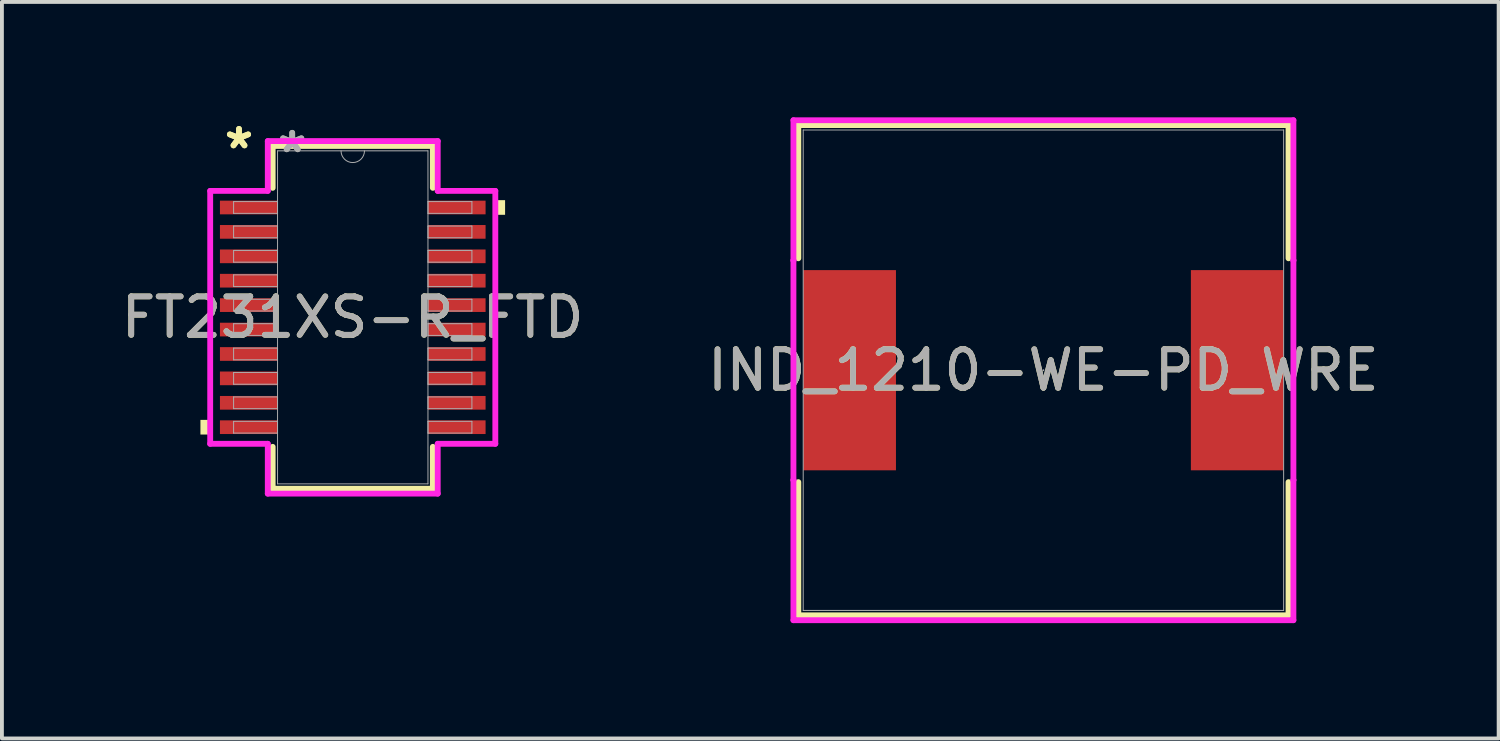
<source format=kicad_pcb>
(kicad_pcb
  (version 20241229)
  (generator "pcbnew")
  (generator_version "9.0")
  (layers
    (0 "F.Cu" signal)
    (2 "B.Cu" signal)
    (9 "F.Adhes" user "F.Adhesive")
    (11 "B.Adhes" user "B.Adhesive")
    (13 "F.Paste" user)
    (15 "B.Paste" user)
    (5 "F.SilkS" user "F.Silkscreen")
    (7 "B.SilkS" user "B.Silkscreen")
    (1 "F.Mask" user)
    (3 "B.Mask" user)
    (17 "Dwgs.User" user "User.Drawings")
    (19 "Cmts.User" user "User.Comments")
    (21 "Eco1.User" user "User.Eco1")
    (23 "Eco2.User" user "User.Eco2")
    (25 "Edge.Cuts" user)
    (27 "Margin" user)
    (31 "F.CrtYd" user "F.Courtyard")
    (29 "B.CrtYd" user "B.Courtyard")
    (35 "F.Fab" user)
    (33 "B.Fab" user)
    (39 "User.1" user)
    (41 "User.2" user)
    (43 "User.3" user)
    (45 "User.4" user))
  (footprint "FT231XS-R_FTD"
    (layer "F.Cu")
    (at 6.125 5.204)
    (property "Reference" "FT231XS-R_FTD" (at 0 0 0) (unlocked yes) (layer "F.SilkS") (effects (font (size 1 1) (thickness 0.15))))
    (attr smd)
    (fp_line (start -2.083 -4.458) (end -2.083 -3.368) (stroke (width 0.152) (type solid)) (layer "F.SilkS"))
    (fp_line (start -2.083 3.368) (end -2.083 4.458) (stroke (width 0.152) (type solid)) (layer "F.SilkS"))
    (fp_line (start -2.083 4.458) (end 2.083 4.458) (stroke (width 0.152) (type solid)) (layer "F.SilkS"))
    (fp_line (start 2.083 -4.458) (end -2.083 -4.458) (stroke (width 0.152) (type solid)) (layer "F.SilkS"))
    (fp_line (start 2.083 -3.368) (end 2.083 -4.458) (stroke (width 0.152) (type solid)) (layer "F.SilkS"))
    (fp_line (start 2.083 4.458) (end 2.083 3.368) (stroke (width 0.152) (type solid)) (layer "F.SilkS"))
    (fp_poly (pts (xy -3.962 2.667) (xy -3.962 3.048) (xy -3.708 3.048) (xy -3.708 2.667)) (stroke (width 0) (type solid)) (fill yes) (layer "F.SilkS"))
    (fp_poly (pts (xy 3.962 -3.048) (xy 3.962 -2.667) (xy 3.708 -2.667) (xy 3.708 -3.048)) (stroke (width 0) (type solid)) (fill yes) (layer "F.SilkS"))
    (fp_line (start -3.708 -3.289) (end -2.21 -3.289) (stroke (width 0.152) (type solid)) (layer "F.CrtYd"))
    (fp_line (start -3.708 3.289) (end -3.708 -3.289) (stroke (width 0.152) (type solid)) (layer "F.CrtYd"))
    (fp_line (start -3.708 3.289) (end -2.21 3.289) (stroke (width 0.152) (type solid)) (layer "F.CrtYd"))
    (fp_line (start -2.21 -4.585) (end 2.21 -4.585) (stroke (width 0.152) (type solid)) (layer "F.CrtYd"))
    (fp_line (start -2.21 -3.289) (end -2.21 -4.585) (stroke (width 0.152) (type solid)) (layer "F.CrtYd"))
    (fp_line (start -2.21 4.585) (end -2.21 3.289) (stroke (width 0.152) (type solid)) (layer "F.CrtYd"))
    (fp_line (start 2.21 -4.585) (end 2.21 -3.289) (stroke (width 0.152) (type solid)) (layer "F.CrtYd"))
    (fp_line (start 2.21 3.289) (end 2.21 4.585) (stroke (width 0.152) (type solid)) (layer "F.CrtYd"))
    (fp_line (start 2.21 4.585) (end -2.21 4.585) (stroke (width 0.152) (type solid)) (layer "F.CrtYd"))
    (fp_line (start 3.708 -3.289) (end 2.21 -3.289) (stroke (width 0.152) (type solid)) (layer "F.CrtYd"))
    (fp_line (start 3.708 -3.289) (end 3.708 3.289) (stroke (width 0.152) (type solid)) (layer "F.CrtYd"))
    (fp_line (start 3.708 3.289) (end 2.21 3.289) (stroke (width 0.152) (type solid)) (layer "F.CrtYd"))
    (fp_line (start -3.099 -3.01) (end -3.099 -2.705) (stroke (width 0.025) (type solid)) (layer "F.Fab"))
    (fp_line (start -3.099 -2.705) (end -1.956 -2.705) (stroke (width 0.025) (type solid)) (layer "F.Fab"))
    (fp_line (start -3.099 -2.375) (end -3.099 -2.07) (stroke (width 0.025) (type solid)) (layer "F.Fab"))
    (fp_line (start -3.099 -2.07) (end -1.956 -2.07) (stroke (width 0.025) (type solid)) (layer "F.Fab"))
    (fp_line (start -3.099 -1.74) (end -3.099 -1.435) (stroke (width 0.025) (type solid)) (layer "F.Fab"))
    (fp_line (start -3.099 -1.435) (end -1.956 -1.435) (stroke (width 0.025) (type solid)) (layer "F.Fab"))
    (fp_line (start -3.099 -1.105) (end -3.099 -0.8) (stroke (width 0.025) (type solid)) (layer "F.Fab"))
    (fp_line (start -3.099 -0.8) (end -1.956 -0.8) (stroke (width 0.025) (type solid)) (layer "F.Fab"))
    (fp_line (start -3.099 -0.47) (end -3.099 -0.165) (stroke (width 0.025) (type solid)) (layer "F.Fab"))
    (fp_line (start -3.099 -0.165) (end -1.956 -0.165) (stroke (width 0.025) (type solid)) (layer "F.Fab"))
    (fp_line (start -3.099 0.165) (end -3.099 0.47) (stroke (width 0.025) (type solid)) (layer "F.Fab"))
    (fp_line (start -3.099 0.47) (end -1.956 0.47) (stroke (width 0.025) (type solid)) (layer "F.Fab"))
    (fp_line (start -3.099 0.8) (end -3.099 1.105) (stroke (width 0.025) (type solid)) (layer "F.Fab"))
    (fp_line (start -3.099 1.105) (end -1.956 1.105) (stroke (width 0.025) (type solid)) (layer "F.Fab"))
    (fp_line (start -3.099 1.435) (end -3.099 1.74) (stroke (width 0.025) (type solid)) (layer "F.Fab"))
    (fp_line (start -3.099 1.74) (end -1.956 1.74) (stroke (width 0.025) (type solid)) (layer "F.Fab"))
    (fp_line (start -3.099 2.07) (end -3.099 2.375) (stroke (width 0.025) (type solid)) (layer "F.Fab"))
    (fp_line (start -3.099 2.375) (end -1.956 2.375) (stroke (width 0.025) (type solid)) (layer "F.Fab"))
    (fp_line (start -3.099 2.705) (end -3.099 3.01) (stroke (width 0.025) (type solid)) (layer "F.Fab"))
    (fp_line (start -3.099 3.01) (end -1.956 3.01) (stroke (width 0.025) (type solid)) (layer "F.Fab"))
    (fp_line (start -1.956 -4.331) (end -1.956 4.331) (stroke (width 0.025) (type solid)) (layer "F.Fab"))
    (fp_line (start -1.956 -3.01) (end -3.099 -3.01) (stroke (width 0.025) (type solid)) (layer "F.Fab"))
    (fp_line (start -1.956 -2.705) (end -1.956 -3.01) (stroke (width 0.025) (type solid)) (layer "F.Fab"))
    (fp_line (start -1.956 -2.375) (end -3.099 -2.375) (stroke (width 0.025) (type solid)) (layer "F.Fab"))
    (fp_line (start -1.956 -2.07) (end -1.956 -2.375) (stroke (width 0.025) (type solid)) (layer "F.Fab"))
    (fp_line (start -1.956 -1.74) (end -3.099 -1.74) (stroke (width 0.025) (type solid)) (layer "F.Fab"))
    (fp_line (start -1.956 -1.435) (end -1.956 -1.74) (stroke (width 0.025) (type solid)) (layer "F.Fab"))
    (fp_line (start -1.956 -1.105) (end -3.099 -1.105) (stroke (width 0.025) (type solid)) (layer "F.Fab"))
    (fp_line (start -1.956 -0.8) (end -1.956 -1.105) (stroke (width 0.025) (type solid)) (layer "F.Fab"))
    (fp_line (start -1.956 -0.47) (end -3.099 -0.47) (stroke (width 0.025) (type solid)) (layer "F.Fab"))
    (fp_line (start -1.956 -0.165) (end -1.956 -0.47) (stroke (width 0.025) (type solid)) (layer "F.Fab"))
    (fp_line (start -1.956 0.165) (end -3.099 0.165) (stroke (width 0.025) (type solid)) (layer "F.Fab"))
    (fp_line (start -1.956 0.47) (end -1.956 0.165) (stroke (width 0.025) (type solid)) (layer "F.Fab"))
    (fp_line (start -1.956 0.8) (end -3.099 0.8) (stroke (width 0.025) (type solid)) (layer "F.Fab"))
    (fp_line (start -1.956 1.105) (end -1.956 0.8) (stroke (width 0.025) (type solid)) (layer "F.Fab"))
    (fp_line (start -1.956 1.435) (end -3.099 1.435) (stroke (width 0.025) (type solid)) (layer "F.Fab"))
    (fp_line (start -1.956 1.74) (end -1.956 1.435) (stroke (width 0.025) (type solid)) (layer "F.Fab"))
    (fp_line (start -1.956 2.07) (end -3.099 2.07) (stroke (width 0.025) (type solid)) (layer "F.Fab"))
    (fp_line (start -1.956 2.375) (end -1.956 2.07) (stroke (width 0.025) (type solid)) (layer "F.Fab"))
    (fp_line (start -1.956 2.705) (end -3.099 2.705) (stroke (width 0.025) (type solid)) (layer "F.Fab"))
    (fp_line (start -1.956 3.01) (end -1.956 2.705) (stroke (width 0.025) (type solid)) (layer "F.Fab"))
    (fp_line (start -1.956 4.331) (end 1.956 4.331) (stroke (width 0.025) (type solid)) (layer "F.Fab"))
    (fp_line (start 1.956 -4.331) (end -1.956 -4.331) (stroke (width 0.025) (type solid)) (layer "F.Fab"))
    (fp_line (start 1.956 -3.01) (end 1.956 -2.705) (stroke (width 0.025) (type solid)) (layer "F.Fab"))
    (fp_line (start 1.956 -2.705) (end 3.099 -2.705) (stroke (width 0.025) (type solid)) (layer "F.Fab"))
    (fp_line (start 1.956 -2.375) (end 1.956 -2.07) (stroke (width 0.025) (type solid)) (layer "F.Fab"))
    (fp_line (start 1.956 -2.07) (end 3.099 -2.07) (stroke (width 0.025) (type solid)) (layer "F.Fab"))
    (fp_line (start 1.956 -1.74) (end 1.956 -1.435) (stroke (width 0.025) (type solid)) (layer "F.Fab"))
    (fp_line (start 1.956 -1.435) (end 3.099 -1.435) (stroke (width 0.025) (type solid)) (layer "F.Fab"))
    (fp_line (start 1.956 -1.105) (end 1.956 -0.8) (stroke (width 0.025) (type solid)) (layer "F.Fab"))
    (fp_line (start 1.956 -0.8) (end 3.099 -0.8) (stroke (width 0.025) (type solid)) (layer "F.Fab"))
    (fp_line (start 1.956 -0.47) (end 1.956 -0.165) (stroke (width 0.025) (type solid)) (layer "F.Fab"))
    (fp_line (start 1.956 -0.165) (end 3.099 -0.165) (stroke (width 0.025) (type solid)) (layer "F.Fab"))
    (fp_line (start 1.956 0.165) (end 1.956 0.47) (stroke (width 0.025) (type solid)) (layer "F.Fab"))
    (fp_line (start 1.956 0.47) (end 3.099 0.47) (stroke (width 0.025) (type solid)) (layer "F.Fab"))
    (fp_line (start 1.956 0.8) (end 1.956 1.105) (stroke (width 0.025) (type solid)) (layer "F.Fab"))
    (fp_line (start 1.956 1.105) (end 3.099 1.105) (stroke (width 0.025) (type solid)) (layer "F.Fab"))
    (fp_line (start 1.956 1.435) (end 1.956 1.74) (stroke (width 0.025) (type solid)) (layer "F.Fab"))
    (fp_line (start 1.956 1.74) (end 3.099 1.74) (stroke (width 0.025) (type solid)) (layer "F.Fab"))
    (fp_line (start 1.956 2.07) (end 1.956 2.375) (stroke (width 0.025) (type solid)) (layer "F.Fab"))
    (fp_line (start 1.956 2.375) (end 3.099 2.375) (stroke (width 0.025) (type solid)) (layer "F.Fab"))
    (fp_line (start 1.956 2.705) (end 1.956 3.01) (stroke (width 0.025) (type solid)) (layer "F.Fab"))
    (fp_line (start 1.956 3.01) (end 3.099 3.01) (stroke (width 0.025) (type solid)) (layer "F.Fab"))
    (fp_line (start 1.956 4.331) (end 1.956 -4.331) (stroke (width 0.025) (type solid)) (layer "F.Fab"))
    (fp_line (start 3.099 -3.01) (end 1.956 -3.01) (stroke (width 0.025) (type solid)) (layer "F.Fab"))
    (fp_line (start 3.099 -2.705) (end 3.099 -3.01) (stroke (width 0.025) (type solid)) (layer "F.Fab"))
    (fp_line (start 3.099 -2.375) (end 1.956 -2.375) (stroke (width 0.025) (type solid)) (layer "F.Fab"))
    (fp_line (start 3.099 -2.07) (end 3.099 -2.375) (stroke (width 0.025) (type solid)) (layer "F.Fab"))
    (fp_line (start 3.099 -1.74) (end 1.956 -1.74) (stroke (width 0.025) (type solid)) (layer "F.Fab"))
    (fp_line (start 3.099 -1.435) (end 3.099 -1.74) (stroke (width 0.025) (type solid)) (layer "F.Fab"))
    (fp_line (start 3.099 -1.105) (end 1.956 -1.105) (stroke (width 0.025) (type solid)) (layer "F.Fab"))
    (fp_line (start 3.099 -0.8) (end 3.099 -1.105) (stroke (width 0.025) (type solid)) (layer "F.Fab"))
    (fp_line (start 3.099 -0.47) (end 1.956 -0.47) (stroke (width 0.025) (type solid)) (layer "F.Fab"))
    (fp_line (start 3.099 -0.165) (end 3.099 -0.47) (stroke (width 0.025) (type solid)) (layer "F.Fab"))
    (fp_line (start 3.099 0.165) (end 1.956 0.165) (stroke (width 0.025) (type solid)) (layer "F.Fab"))
    (fp_line (start 3.099 0.47) (end 3.099 0.165) (stroke (width 0.025) (type solid)) (layer "F.Fab"))
    (fp_line (start 3.099 0.8) (end 1.956 0.8) (stroke (width 0.025) (type solid)) (layer "F.Fab"))
    (fp_line (start 3.099 1.105) (end 3.099 0.8) (stroke (width 0.025) (type solid)) (layer "F.Fab"))
    (fp_line (start 3.099 1.435) (end 1.956 1.435) (stroke (width 0.025) (type solid)) (layer "F.Fab"))
    (fp_line (start 3.099 1.74) (end 3.099 1.435) (stroke (width 0.025) (type solid)) (layer "F.Fab"))
    (fp_line (start 3.099 2.07) (end 1.956 2.07) (stroke (width 0.025) (type solid)) (layer "F.Fab"))
    (fp_line (start 3.099 2.375) (end 3.099 2.07) (stroke (width 0.025) (type solid)) (layer "F.Fab"))
    (fp_line (start 3.099 2.705) (end 1.956 2.705) (stroke (width 0.025) (type solid)) (layer "F.Fab"))
    (fp_line (start 3.099 3.01) (end 3.099 2.705) (stroke (width 0.025) (type solid)) (layer "F.Fab"))
    (fp_arc (start 0.3048 -4.3307) (mid 0 -4.0259) (end -0.3048 -4.3307) (stroke (width 0.0254) (type solid)) (layer "F.Fab"))
    (fp_text user "*" (at -2.959 -4.356 0) (unlocked yes) (layer "F.SilkS") (effects (font (size 1 1) (thickness 0.15))))
    (fp_text user "*" (at -2.959 -4.356 0) (layer "F.SilkS") (effects (font (size 1 1) (thickness 0.15))))
    (fp_text user "${REFERENCE}" (at 0 0 0) (unlocked yes) (layer "F.Fab") (effects (font (size 1 1) (thickness 0.15))))
    (fp_text user "*" (at -1.575 -4.255 0) (layer "F.Fab") (effects (font (size 1 1) (thickness 0.15))))
    (fp_text user "*" (at -1.575 -4.255 0) (unlocked yes) (layer "F.Fab") (effects (font (size 1 1) (thickness 0.15))))
    (pad "1" smd rect (at -2.705 -2.857) (size 1.499 0.356) (layers "F.Cu" "F.Mask" "F.Paste"))
    (pad "2" smd rect (at -2.705 -2.223) (size 1.499 0.356) (layers "F.Cu" "F.Mask" "F.Paste"))
    (pad "3" smd rect (at -2.705 -1.587) (size 1.499 0.356) (layers "F.Cu" "F.Mask" "F.Paste"))
    (pad "4" smd rect (at -2.705 -0.953) (size 1.499 0.356) (layers "F.Cu" "F.Mask" "F.Paste"))
    (pad "5" smd rect (at -2.705 -0.318) (size 1.499 0.356) (layers "F.Cu" "F.Mask" "F.Paste"))
    (pad "6" smd rect (at -2.705 0.318) (size 1.499 0.356) (layers "F.Cu" "F.Mask" "F.Paste"))
    (pad "7" smd rect (at -2.705 0.953) (size 1.499 0.356) (layers "F.Cu" "F.Mask" "F.Paste"))
    (pad "8" smd rect (at -2.705 1.587) (size 1.499 0.356) (layers "F.Cu" "F.Mask" "F.Paste"))
    (pad "9" smd rect (at -2.705 2.223) (size 1.499 0.356) (layers "F.Cu" "F.Mask" "F.Paste"))
    (pad "10" smd rect (at -2.705 2.857) (size 1.499 0.356) (layers "F.Cu" "F.Mask" "F.Paste"))
    (pad "11" smd rect (at 2.705 2.857) (size 1.499 0.356) (layers "F.Cu" "F.Mask" "F.Paste"))
    (pad "12" smd rect (at 2.705 2.223) (size 1.499 0.356) (layers "F.Cu" "F.Mask" "F.Paste"))
    (pad "13" smd rect (at 2.705 1.587) (size 1.499 0.356) (layers "F.Cu" "F.Mask" "F.Paste"))
    (pad "14" smd rect (at 2.705 0.953) (size 1.499 0.356) (layers "F.Cu" "F.Mask" "F.Paste"))
    (pad "15" smd rect (at 2.705 0.318) (size 1.499 0.356) (layers "F.Cu" "F.Mask" "F.Paste"))
    (pad "16" smd rect (at 2.705 -0.318) (size 1.499 0.356) (layers "F.Cu" "F.Mask" "F.Paste"))
    (pad "17" smd rect (at 2.705 -0.953) (size 1.499 0.356) (layers "F.Cu" "F.Mask" "F.Paste"))
    (pad "18" smd rect (at 2.705 -1.587) (size 1.499 0.356) (layers "F.Cu" "F.Mask" "F.Paste"))
    (pad "19" smd rect (at 2.705 -2.223) (size 1.499 0.356) (layers "F.Cu" "F.Mask" "F.Paste"))
    (pad "20" smd rect (at 2.705 -2.857) (size 1.499 0.356) (layers "F.Cu" "F.Mask" "F.Paste")))
  (footprint "IND_1210-WE-PD_WRE"
    (layer "F.Cu")
    (at 24.089 6.579)
    (property "Reference" "IND_1210-WE-PD_WRE" (at 0 0 0) (unlocked yes) (layer "F.SilkS") (effects (font (size 1 1) (thickness 0.15))))
    (attr smd)
    (fp_line (start -6.375 -6.375) (end -6.375 -2.911) (stroke (width 0.152) (type solid)) (layer "F.SilkS"))
    (fp_line (start -6.375 2.911) (end -6.375 6.375) (stroke (width 0.152) (type solid)) (layer "F.SilkS"))
    (fp_line (start -6.375 6.375) (end 6.375 6.375) (stroke (width 0.152) (type solid)) (layer "F.SilkS"))
    (fp_line (start 6.375 -6.375) (end -6.375 -6.375) (stroke (width 0.152) (type solid)) (layer "F.SilkS"))
    (fp_line (start 6.375 -2.911) (end 6.375 -6.375) (stroke (width 0.152) (type solid)) (layer "F.SilkS"))
    (fp_line (start 6.375 6.375) (end 6.375 2.911) (stroke (width 0.152) (type solid)) (layer "F.SilkS"))
    (fp_line (start -6.502 -6.502) (end 6.502 -6.502) (stroke (width 0.152) (type solid)) (layer "F.CrtYd"))
    (fp_line (start -6.502 -2.857) (end -6.502 -6.502) (stroke (width 0.152) (type solid)) (layer "F.CrtYd"))
    (fp_line (start -6.502 -2.857) (end -6.502 -2.857) (stroke (width 0.152) (type solid)) (layer "F.CrtYd"))
    (fp_line (start -6.502 2.857) (end -6.502 -2.857) (stroke (width 0.152) (type solid)) (layer "F.CrtYd"))
    (fp_line (start -6.502 2.857) (end -6.502 2.857) (stroke (width 0.152) (type solid)) (layer "F.CrtYd"))
    (fp_line (start -6.502 6.502) (end -6.502 2.857) (stroke (width 0.152) (type solid)) (layer "F.CrtYd"))
    (fp_line (start 6.502 -6.502) (end 6.502 -2.857) (stroke (width 0.152) (type solid)) (layer "F.CrtYd"))
    (fp_line (start 6.502 -2.857) (end 6.502 -2.857) (stroke (width 0.152) (type solid)) (layer "F.CrtYd"))
    (fp_line (start 6.502 -2.857) (end 6.502 2.857) (stroke (width 0.152) (type solid)) (layer "F.CrtYd"))
    (fp_line (start 6.502 2.857) (end 6.502 2.857) (stroke (width 0.152) (type solid)) (layer "F.CrtYd"))
    (fp_line (start 6.502 2.857) (end 6.502 6.502) (stroke (width 0.152) (type solid)) (layer "F.CrtYd"))
    (fp_line (start 6.502 6.502) (end -6.502 6.502) (stroke (width 0.152) (type solid)) (layer "F.CrtYd"))
    (fp_line (start -6.248 -6.248) (end -6.248 6.248) (stroke (width 0.025) (type solid)) (layer "F.Fab"))
    (fp_line (start -6.248 6.248) (end 6.248 6.248) (stroke (width 0.025) (type solid)) (layer "F.Fab"))
    (fp_line (start 6.248 -6.248) (end -6.248 -6.248) (stroke (width 0.025) (type solid)) (layer "F.Fab"))
    (fp_line (start 6.248 6.248) (end 6.248 -6.248) (stroke (width 0.025) (type solid)) (layer "F.Fab"))
    (fp_circle (center 0 0) (end 0 0) (stroke (width 0.025) (type solid)) (fill no) (layer "F.Fab"))
    (fp_text user "${REFERENCE}" (at 0 0 0) (unlocked yes) (layer "F.Fab") (effects (font (size 1 1) (thickness 0.15))))
    (pad "1" smd rect (at -5.042 0) (size 2.413 5.207) (layers "F.Cu" "F.Mask" "F.Paste"))
    (pad "2" smd rect (at 5.042 0) (size 2.413 5.207) (layers "F.Cu" "F.Mask" "F.Paste")))
  (gr_rect
    (start -3 -3)
    (end 35.929 16.157)
    (stroke (width 0.1) (type default))
    (fill no)
    (layer "Edge.Cuts")))
</source>
